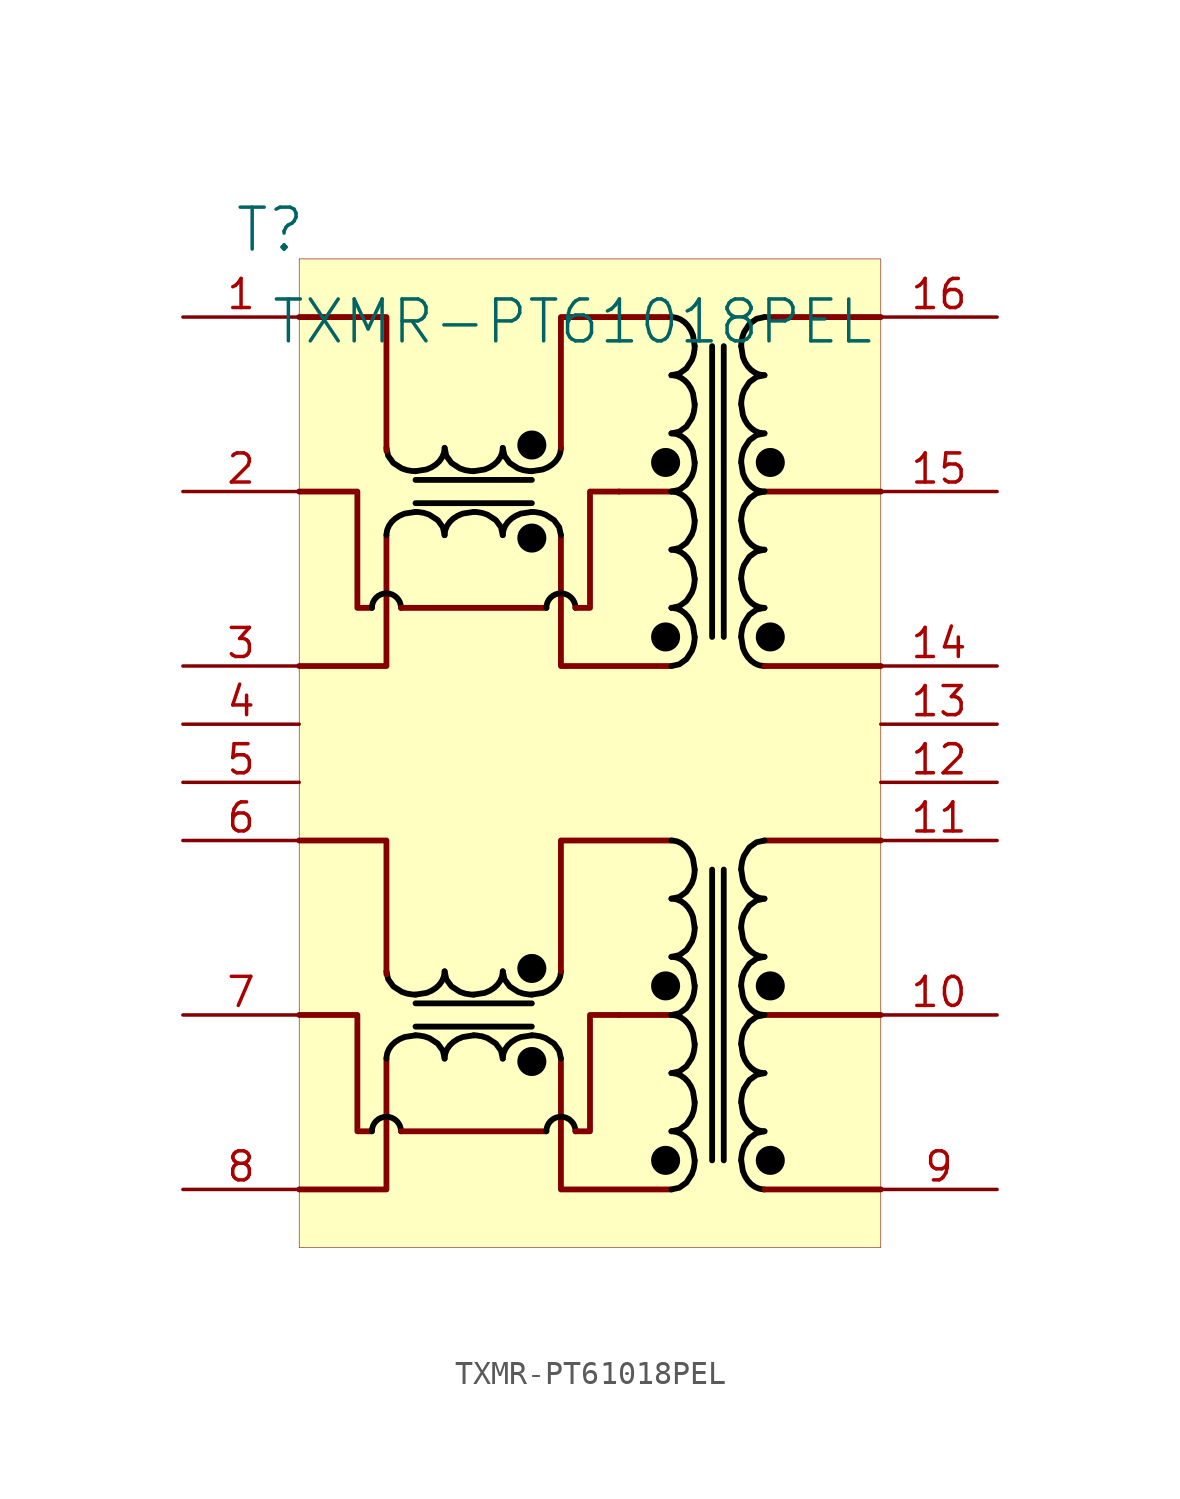
<source format=kicad_sym>
(kicad_symbol_lib
  (version 20231120)
  (generator "kicad_symbol_editor")
  (generator_version "8.0")
  (symbol "TXMR-PT61018PEL"
    (property "Reference" "T"
      (at -1.27 1.27 0)
      (effects (font (size 1.829 1.829))))
    (property "Value" "TXMR-PT61018PEL"
      (at -1.27 -3.81 0)
      (effects (font (size 1.829 1.829)) (justify left bottom)))
    (symbol "TXMR-PT61018PEL_1_0"
      (polyline (pts (xy 10.16 -33.528) (xy 5.08 -33.528)) (stroke (width 0.254) (type solid) (color 0 0 0 1)) (fill (type none)))
      (polyline (pts (xy 10.16 -32.512) (xy 5.08 -32.512)) (stroke (width 0.254) (type solid) (color 0 0 0 1)) (fill (type none)))
      (polyline (pts (xy 10.16 -10.668) (xy 5.08 -10.668)) (stroke (width 0.254) (type solid) (color 0 0 0 1)) (fill (type none)))
      (polyline (pts (xy 10.16 -9.652) (xy 5.08 -9.652)) (stroke (width 0.254) (type solid) (color 0 0 0 1)) (fill (type none)))
      (polyline (pts (xy 10.795 -38.1) (xy 4.445 -38.1)) (stroke (width 0.254) (type solid)) (fill (type none)))
      (polyline (pts (xy 10.795 -15.24) (xy 4.445 -15.24)) (stroke (width 0.254) (type solid)) (fill (type none)))
      (polyline (pts (xy 16.256 -33.02) (xy 13.97 -33.02)) (stroke (width 0.254) (type solid)) (fill (type none)))
      (polyline (pts (xy 16.256 -10.16) (xy 13.97 -10.16)) (stroke (width 0.254) (type solid)) (fill (type none)))
      (polyline (pts (xy 18.034 -26.67) (xy 18.034 -39.37)) (stroke (width 0.254) (type solid) (color 0 0 0 1)) (fill (type none)))
      (polyline (pts (xy 18.034 -3.81) (xy 18.034 -16.51)) (stroke (width 0.254) (type solid) (color 0 0 0 1)) (fill (type none)))
      (polyline (pts (xy 18.542 -26.67) (xy 18.542 -39.37)) (stroke (width 0.254) (type solid) (color 0 0 0 1)) (fill (type none)))
      (polyline (pts (xy 18.542 -3.81) (xy 18.542 -16.51)) (stroke (width 0.254) (type solid) (color 0 0 0 1)) (fill (type none)))
      (polyline (pts (xy 20.32 -40.64) (xy 25.4 -40.64)) (stroke (width 0.254) (type solid)) (fill (type none)))
      (polyline (pts (xy 20.32 -33.02) (xy 25.4 -33.02)) (stroke (width 0.254) (type solid)) (fill (type none)))
      (polyline (pts (xy 20.32 -25.4) (xy 25.4 -25.4)) (stroke (width 0.254) (type solid)) (fill (type none)))
      (polyline (pts (xy 20.32 -17.78) (xy 25.4 -17.78)) (stroke (width 0.254) (type solid)) (fill (type none)))
      (polyline (pts (xy 20.32 -10.16) (xy 25.4 -10.16)) (stroke (width 0.254) (type solid)) (fill (type none)))
      (polyline (pts (xy 20.32 -2.54) (xy 25.4 -2.54)) (stroke (width 0.254) (type solid)) (fill (type none)))
      (polyline (pts (xy 0 -40.64) (xy 3.81 -40.64) (xy 3.81 -34.925)) (stroke (width 0.254) (type solid)) (fill (type none)))
      (polyline (pts (xy 0 -17.78) (xy 3.81 -17.78) (xy 3.81 -12.065)) (stroke (width 0.254) (type solid)) (fill (type none)))
      (polyline (pts (xy 3.81 -31.242) (xy 3.81 -25.4) (xy 0 -25.4)) (stroke (width 0.254) (type solid)) (fill (type none)))
      (polyline (pts (xy 3.81 -8.382) (xy 3.81 -2.54) (xy 0 -2.54)) (stroke (width 0.254) (type solid)) (fill (type none)))
      (polyline (pts (xy 11.43 -34.925) (xy 11.43 -40.64) (xy 16.256 -40.64)) (stroke (width 0.254) (type solid)) (fill (type none)))
      (polyline (pts (xy 11.43 -31.115) (xy 11.43 -25.4) (xy 16.256 -25.4)) (stroke (width 0.254) (type solid)) (fill (type none)))
      (polyline (pts (xy 11.43 -12.065) (xy 11.43 -17.78) (xy 16.256 -17.78)) (stroke (width 0.254) (type solid)) (fill (type none)))
      (polyline (pts (xy 11.43 -8.255) (xy 11.43 -2.54) (xy 16.256 -2.54)) (stroke (width 0.254) (type solid)) (fill (type none)))
      (polyline (pts (xy 3.175 -38.1) (xy 2.54 -38.1) (xy 2.54 -33.02) (xy 0 -33.02)) (stroke (width 0.254) (type solid)) (fill (type none)))
      (polyline (pts (xy 3.175 -15.24) (xy 2.54 -15.24) (xy 2.54 -10.16) (xy 0 -10.16)) (stroke (width 0.254) (type solid)) (fill (type none)))
      (polyline (pts (xy 12.065 -38.1) (xy 12.7 -38.1) (xy 12.7 -33.02) (xy 13.97 -33.02)) (stroke (width 0.254) (type solid)) (fill (type none)))
      (polyline (pts (xy 12.065 -15.24) (xy 12.7 -15.24) (xy 12.7 -10.16) (xy 13.97 -10.16)) (stroke (width 0.254) (type solid)) (fill (type none)))
      (bezier (pts (xy 3.81 -31.115) (xy 3.81 -31.676) (xy 4.378 -32.131) (xy 5.08 -32.131)) (stroke (width 0.254) (type solid) (color 0 0 0 1)) (fill (type none)))
      (bezier (pts (xy 3.81 -8.255) (xy 3.81 -8.816) (xy 4.378 -9.271) (xy 5.08 -9.271)) (stroke (width 0.254) (type solid) (color 0 0 0 1)) (fill (type none)))
      (arc (start 4.445 -38.1) (mid 3.81 -37.465) (end 3.175 -38.1) (stroke (width 0.254) (type solid) (color 0 0 0 1)) (fill (type none)))
      (arc (start 4.445 -15.24) (mid 3.81 -14.605) (end 3.175 -15.24) (stroke (width 0.254) (type solid) (color 0 0 0 1)) (fill (type none)))
      (bezier (pts (xy 5.08 -33.909) (xy 4.378 -33.909) (xy 3.81 -34.364) (xy 3.81 -34.925)) (stroke (width 0.254) (type solid) (color 0 0 0 1)) (fill (type none)))
      (bezier (pts (xy 5.08 -32.131) (xy 5.781 -32.131) (xy 6.35 -31.676) (xy 6.35 -31.115)) (stroke (width 0.254) (type solid) (color 0 0 0 1)) (fill (type none)))
      (bezier (pts (xy 5.08 -11.049) (xy 4.378 -11.049) (xy 3.81 -11.504) (xy 3.81 -12.065)) (stroke (width 0.254) (type solid) (color 0 0 0 1)) (fill (type none)))
      (bezier (pts (xy 5.08 -9.271) (xy 5.781 -9.271) (xy 6.35 -8.816) (xy 6.35 -8.255)) (stroke (width 0.254) (type solid) (color 0 0 0 1)) (fill (type none)))
      (bezier (pts (xy 6.35 -34.925) (xy 6.35 -34.364) (xy 5.781 -33.909) (xy 5.08 -33.909)) (stroke (width 0.254) (type solid) (color 0 0 0 1)) (fill (type none)))
      (bezier (pts (xy 6.35 -31.115) (xy 6.35 -31.676) (xy 6.918 -32.131) (xy 7.62 -32.131)) (stroke (width 0.254) (type solid) (color 0 0 0 1)) (fill (type none)))
      (bezier (pts (xy 6.35 -12.065) (xy 6.35 -11.504) (xy 5.781 -11.049) (xy 5.08 -11.049)) (stroke (width 0.254) (type solid) (color 0 0 0 1)) (fill (type none)))
      (bezier (pts (xy 6.35 -8.255) (xy 6.35 -8.816) (xy 6.918 -9.271) (xy 7.62 -9.271)) (stroke (width 0.254) (type solid) (color 0 0 0 1)) (fill (type none)))
      (bezier (pts (xy 7.62 -33.909) (xy 6.918 -33.909) (xy 6.35 -34.364) (xy 6.35 -34.925)) (stroke (width 0.254) (type solid) (color 0 0 0 1)) (fill (type none)))
      (bezier (pts (xy 7.62 -32.131) (xy 8.321 -32.131) (xy 8.89 -31.676) (xy 8.89 -31.115)) (stroke (width 0.254) (type solid) (color 0 0 0 1)) (fill (type none)))
      (bezier (pts (xy 7.62 -11.049) (xy 6.918 -11.049) (xy 6.35 -11.504) (xy 6.35 -12.065)) (stroke (width 0.254) (type solid) (color 0 0 0 1)) (fill (type none)))
      (bezier (pts (xy 7.62 -9.271) (xy 8.321 -9.271) (xy 8.89 -8.816) (xy 8.89 -8.255)) (stroke (width 0.254) (type solid) (color 0 0 0 1)) (fill (type none)))
      (bezier (pts (xy 8.89 -34.925) (xy 8.89 -34.364) (xy 8.321 -33.909) (xy 7.62 -33.909)) (stroke (width 0.254) (type solid) (color 0 0 0 1)) (fill (type none)))
      (bezier (pts (xy 8.89 -31.115) (xy 8.89 -31.676) (xy 9.459 -32.131) (xy 10.16 -32.131)) (stroke (width 0.254) (type solid) (color 0 0 0 1)) (fill (type none)))
      (bezier (pts (xy 8.89 -12.065) (xy 8.89 -11.504) (xy 8.321 -11.049) (xy 7.62 -11.049)) (stroke (width 0.254) (type solid) (color 0 0 0 1)) (fill (type none)))
      (bezier (pts (xy 8.89 -8.255) (xy 8.89 -8.816) (xy 9.459 -9.271) (xy 10.16 -9.271)) (stroke (width 0.254) (type solid) (color 0 0 0 1)) (fill (type none)))
      (circle (center 10.16 -35.052) (radius 0.508) (stroke (width 0.254) (type solid) (color 0 0 0 1)) (fill (type outline)))
      (bezier (pts (xy 10.16 -33.909) (xy 9.459 -33.909) (xy 8.89 -34.364) (xy 8.89 -34.925)) (stroke (width 0.254) (type solid) (color 0 0 0 1)) (fill (type none)))
      (bezier (pts (xy 10.16 -32.131) (xy 10.861 -32.131) (xy 11.43 -31.676) (xy 11.43 -31.115)) (stroke (width 0.254) (type solid) (color 0 0 0 1)) (fill (type none)))
      (circle (center 10.16 -30.988) (radius 0.508) (stroke (width 0.254) (type solid) (color 0 0 0 1)) (fill (type outline)))
      (circle (center 10.16 -12.192) (radius 0.508) (stroke (width 0.254) (type solid) (color 0 0 0 1)) (fill (type outline)))
      (bezier (pts (xy 10.16 -11.049) (xy 9.459 -11.049) (xy 8.89 -11.504) (xy 8.89 -12.065)) (stroke (width 0.254) (type solid) (color 0 0 0 1)) (fill (type none)))
      (bezier (pts (xy 10.16 -9.271) (xy 10.861 -9.271) (xy 11.43 -8.816) (xy 11.43 -8.255)) (stroke (width 0.254) (type solid) (color 0 0 0 1)) (fill (type none)))
      (circle (center 10.16 -8.128) (radius 0.508) (stroke (width 0.254) (type solid) (color 0 0 0 1)) (fill (type outline)))
      (bezier (pts (xy 11.43 -34.925) (xy 11.43 -34.364) (xy 10.861 -33.909) (xy 10.16 -33.909)) (stroke (width 0.254) (type solid) (color 0 0 0 1)) (fill (type none)))
      (bezier (pts (xy 11.43 -12.065) (xy 11.43 -11.504) (xy 10.861 -11.049) (xy 10.16 -11.049)) (stroke (width 0.254) (type solid) (color 0 0 0 1)) (fill (type none)))
      (arc (start 12.065 -38.1) (mid 11.43 -37.465) (end 10.795 -38.1) (stroke (width 0.254) (type solid) (color 0 0 0 1)) (fill (type none)))
      (arc (start 12.065 -15.24) (mid 11.43 -14.605) (end 10.795 -15.24) (stroke (width 0.254) (type solid) (color 0 0 0 1)) (fill (type none)))
      (circle (center 16.002 -39.37) (radius 0.508) (stroke (width 0.254) (type solid) (color 0 0 0 1)) (fill (type outline)))
      (circle (center 16.002 -31.75) (radius 0.508) (stroke (width 0.254) (type solid) (color 0 0 0 1)) (fill (type outline)))
      (circle (center 16.002 -16.51) (radius 0.508) (stroke (width 0.254) (type solid) (color 0 0 0 1)) (fill (type outline)))
      (circle (center 16.002 -8.89) (radius 0.508) (stroke (width 0.254) (type solid) (color 0 0 0 1)) (fill (type outline)))
      (bezier (pts (xy 16.256 -40.64) (xy 16.817 -40.64) (xy 17.272 -40.071) (xy 17.272 -39.37)) (stroke (width 0.254) (type solid) (color 0 0 0 1)) (fill (type none)))
      (bezier (pts (xy 16.256 -38.1) (xy 16.817 -38.1) (xy 17.272 -37.531) (xy 17.272 -36.83)) (stroke (width 0.254) (type solid) (color 0 0 0 1)) (fill (type none)))
      (bezier (pts (xy 16.256 -35.56) (xy 16.817 -35.56) (xy 17.272 -34.991) (xy 17.272 -34.29)) (stroke (width 0.254) (type solid) (color 0 0 0 1)) (fill (type none)))
      (bezier (pts (xy 16.256 -33.02) (xy 16.817 -33.02) (xy 17.272 -32.451) (xy 17.272 -31.75)) (stroke (width 0.254) (type solid) (color 0 0 0 1)) (fill (type none)))
      (bezier (pts (xy 16.256 -30.48) (xy 16.817 -30.48) (xy 17.272 -29.911) (xy 17.272 -29.21)) (stroke (width 0.254) (type solid) (color 0 0 0 1)) (fill (type none)))
      (bezier (pts (xy 16.256 -27.94) (xy 16.817 -27.94) (xy 17.272 -27.371) (xy 17.272 -26.67)) (stroke (width 0.254) (type solid) (color 0 0 0 1)) (fill (type none)))
      (bezier (pts (xy 16.256 -17.78) (xy 16.817 -17.78) (xy 17.272 -17.211) (xy 17.272 -16.51)) (stroke (width 0.254) (type solid) (color 0 0 0 1)) (fill (type none)))
      (bezier (pts (xy 16.256 -15.24) (xy 16.817 -15.24) (xy 17.272 -14.671) (xy 17.272 -13.97)) (stroke (width 0.254) (type solid) (color 0 0 0 1)) (fill (type none)))
      (bezier (pts (xy 16.256 -12.7) (xy 16.817 -12.7) (xy 17.272 -12.131) (xy 17.272 -11.43)) (stroke (width 0.254) (type solid) (color 0 0 0 1)) (fill (type none)))
      (bezier (pts (xy 16.256 -10.16) (xy 16.817 -10.16) (xy 17.272 -9.591) (xy 17.272 -8.89)) (stroke (width 0.254) (type solid) (color 0 0 0 1)) (fill (type none)))
      (bezier (pts (xy 16.256 -7.62) (xy 16.817 -7.62) (xy 17.272 -7.051) (xy 17.272 -6.35)) (stroke (width 0.254) (type solid) (color 0 0 0 1)) (fill (type none)))
      (bezier (pts (xy 16.256 -5.08) (xy 16.817 -5.08) (xy 17.272 -4.511) (xy 17.272 -3.81)) (stroke (width 0.254) (type solid) (color 0 0 0 1)) (fill (type none)))
      (bezier (pts (xy 17.272 -39.37) (xy 17.272 -38.669) (xy 16.817 -38.1) (xy 16.256 -38.1)) (stroke (width 0.254) (type solid) (color 0 0 0 1)) (fill (type none)))
      (bezier (pts (xy 17.272 -36.83) (xy 17.272 -36.129) (xy 16.817 -35.56) (xy 16.256 -35.56)) (stroke (width 0.254) (type solid) (color 0 0 0 1)) (fill (type none)))
      (bezier (pts (xy 17.272 -34.29) (xy 17.272 -33.589) (xy 16.817 -33.02) (xy 16.256 -33.02)) (stroke (width 0.254) (type solid) (color 0 0 0 1)) (fill (type none)))
      (bezier (pts (xy 17.272 -31.75) (xy 17.272 -31.049) (xy 16.817 -30.48) (xy 16.256 -30.48)) (stroke (width 0.254) (type solid) (color 0 0 0 1)) (fill (type none)))
      (bezier (pts (xy 17.272 -29.21) (xy 17.272 -28.509) (xy 16.817 -27.94) (xy 16.256 -27.94)) (stroke (width 0.254) (type solid) (color 0 0 0 1)) (fill (type none)))
      (bezier (pts (xy 17.272 -26.67) (xy 17.272 -25.968) (xy 16.817 -25.4) (xy 16.256 -25.4)) (stroke (width 0.254) (type solid) (color 0 0 0 1)) (fill (type none)))
      (bezier (pts (xy 17.272 -16.51) (xy 17.272 -15.809) (xy 16.817 -15.24) (xy 16.256 -15.24)) (stroke (width 0.254) (type solid) (color 0 0 0 1)) (fill (type none)))
      (bezier (pts (xy 17.272 -13.97) (xy 17.272 -13.268) (xy 16.817 -12.7) (xy 16.256 -12.7)) (stroke (width 0.254) (type solid) (color 0 0 0 1)) (fill (type none)))
      (bezier (pts (xy 17.272 -11.43) (xy 17.272 -10.729) (xy 16.817 -10.16) (xy 16.256 -10.16)) (stroke (width 0.254) (type solid) (color 0 0 0 1)) (fill (type none)))
      (bezier (pts (xy 17.272 -8.89) (xy 17.272 -8.188) (xy 16.817 -7.62) (xy 16.256 -7.62)) (stroke (width 0.254) (type solid) (color 0 0 0 1)) (fill (type none)))
      (bezier (pts (xy 17.272 -6.35) (xy 17.272 -5.649) (xy 16.817 -5.08) (xy 16.256 -5.08)) (stroke (width 0.254) (type solid) (color 0 0 0 1)) (fill (type none)))
      (bezier (pts (xy 17.272 -3.81) (xy 17.272 -3.108) (xy 16.817 -2.54) (xy 16.256 -2.54)) (stroke (width 0.254) (type solid) (color 0 0 0 1)) (fill (type none)))
      (bezier (pts (xy 19.304 -39.37) (xy 19.304 -40.071) (xy 19.759 -40.64) (xy 20.32 -40.64)) (stroke (width 0.254) (type solid) (color 0 0 0 1)) (fill (type none)))
      (bezier (pts (xy 19.304 -36.83) (xy 19.304 -37.531) (xy 19.759 -38.1) (xy 20.32 -38.1)) (stroke (width 0.254) (type solid) (color 0 0 0 1)) (fill (type none)))
      (bezier (pts (xy 19.304 -34.29) (xy 19.304 -34.991) (xy 19.759 -35.56) (xy 20.32 -35.56)) (stroke (width 0.254) (type solid) (color 0 0 0 1)) (fill (type none)))
      (bezier (pts (xy 19.304 -31.75) (xy 19.304 -32.451) (xy 19.759 -33.02) (xy 20.32 -33.02)) (stroke (width 0.254) (type solid) (color 0 0 0 1)) (fill (type none)))
      (bezier (pts (xy 19.304 -29.21) (xy 19.304 -29.911) (xy 19.759 -30.48) (xy 20.32 -30.48)) (stroke (width 0.254) (type solid) (color 0 0 0 1)) (fill (type none)))
      (bezier (pts (xy 19.304 -26.67) (xy 19.304 -27.371) (xy 19.759 -27.94) (xy 20.32 -27.94)) (stroke (width 0.254) (type solid) (color 0 0 0 1)) (fill (type none)))
      (bezier (pts (xy 19.304 -16.51) (xy 19.304 -17.211) (xy 19.759 -17.78) (xy 20.32 -17.78)) (stroke (width 0.254) (type solid) (color 0 0 0 1)) (fill (type none)))
      (bezier (pts (xy 19.304 -13.97) (xy 19.304 -14.671) (xy 19.759 -15.24) (xy 20.32 -15.24)) (stroke (width 0.254) (type solid) (color 0 0 0 1)) (fill (type none)))
      (bezier (pts (xy 19.304 -11.43) (xy 19.304 -12.131) (xy 19.759 -12.7) (xy 20.32 -12.7)) (stroke (width 0.254) (type solid) (color 0 0 0 1)) (fill (type none)))
      (bezier (pts (xy 19.304 -8.89) (xy 19.304 -9.591) (xy 19.759 -10.16) (xy 20.32 -10.16)) (stroke (width 0.254) (type solid) (color 0 0 0 1)) (fill (type none)))
      (bezier (pts (xy 19.304 -6.35) (xy 19.304 -7.051) (xy 19.759 -7.62) (xy 20.32 -7.62)) (stroke (width 0.254) (type solid) (color 0 0 0 1)) (fill (type none)))
      (bezier (pts (xy 19.304 -3.81) (xy 19.304 -4.511) (xy 19.759 -5.08) (xy 20.32 -5.08)) (stroke (width 0.254) (type solid) (color 0 0 0 1)) (fill (type none)))
      (bezier (pts (xy 20.32 -38.1) (xy 19.759 -38.1) (xy 19.304 -38.669) (xy 19.304 -39.37)) (stroke (width 0.254) (type solid) (color 0 0 0 1)) (fill (type none)))
      (bezier (pts (xy 20.32 -35.56) (xy 19.759 -35.56) (xy 19.304 -36.129) (xy 19.304 -36.83)) (stroke (width 0.254) (type solid) (color 0 0 0 1)) (fill (type none)))
      (bezier (pts (xy 20.32 -33.02) (xy 19.759 -33.02) (xy 19.304 -33.589) (xy 19.304 -34.29)) (stroke (width 0.254) (type solid) (color 0 0 0 1)) (fill (type none)))
      (bezier (pts (xy 20.32 -30.48) (xy 19.759 -30.48) (xy 19.304 -31.049) (xy 19.304 -31.75)) (stroke (width 0.254) (type solid) (color 0 0 0 1)) (fill (type none)))
      (bezier (pts (xy 20.32 -27.94) (xy 19.759 -27.94) (xy 19.304 -28.509) (xy 19.304 -29.21)) (stroke (width 0.254) (type solid) (color 0 0 0 1)) (fill (type none)))
      (bezier (pts (xy 20.32 -25.4) (xy 19.759 -25.4) (xy 19.304 -25.968) (xy 19.304 -26.67)) (stroke (width 0.254) (type solid) (color 0 0 0 1)) (fill (type none)))
      (bezier (pts (xy 20.32 -15.24) (xy 19.759 -15.24) (xy 19.304 -15.809) (xy 19.304 -16.51)) (stroke (width 0.254) (type solid) (color 0 0 0 1)) (fill (type none)))
      (bezier (pts (xy 20.32 -12.7) (xy 19.759 -12.7) (xy 19.304 -13.268) (xy 19.304 -13.97)) (stroke (width 0.254) (type solid) (color 0 0 0 1)) (fill (type none)))
      (bezier (pts (xy 20.32 -10.16) (xy 19.759 -10.16) (xy 19.304 -10.729) (xy 19.304 -11.43)) (stroke (width 0.254) (type solid) (color 0 0 0 1)) (fill (type none)))
      (bezier (pts (xy 20.32 -7.62) (xy 19.759 -7.62) (xy 19.304 -8.188) (xy 19.304 -8.89)) (stroke (width 0.254) (type solid) (color 0 0 0 1)) (fill (type none)))
      (bezier (pts (xy 20.32 -5.08) (xy 19.759 -5.08) (xy 19.304 -5.649) (xy 19.304 -6.35)) (stroke (width 0.254) (type solid) (color 0 0 0 1)) (fill (type none)))
      (bezier (pts (xy 20.32 -2.54) (xy 19.759 -2.54) (xy 19.304 -3.108) (xy 19.304 -3.81)) (stroke (width 0.254) (type solid) (color 0 0 0 1)) (fill (type none)))
      (circle (center 20.574 -39.37) (radius 0.508) (stroke (width 0.254) (type solid) (color 0 0 0 1)) (fill (type outline)))
      (circle (center 20.574 -31.75) (radius 0.508) (stroke (width 0.254) (type solid) (color 0 0 0 1)) (fill (type outline)))
      (circle (center 20.574 -16.51) (radius 0.508) (stroke (width 0.254) (type solid) (color 0 0 0 1)) (fill (type outline)))
      (circle (center 20.574 -8.89) (radius 0.508) (stroke (width 0.254) (type solid) (color 0 0 0 1)) (fill (type outline)))
      (rectangle (start 25.4 0) (end 0 -43.18) (stroke (width 0.025) (type solid) (color 128 0 0 1)) (fill (type background)))
      (pin passive line (at -5.08 -2.54 0) (length 5.08) (name "TD1+" (effects (font (size 0 0)))) (number "1" (effects (font (size 1.27 1.27)))))
      (pin passive line (at 30.48 -33.02 180) (length 5.08) (name "MX2+" (effects (font (size 0 0)))) (number "10" (effects (font (size 1.27 1.27)))))
      (pin passive line (at 30.48 -25.4 180) (length 5.08) (name "MCT2" (effects (font (size 0 0)))) (number "11" (effects (font (size 1.27 1.27)))))
      (pin passive line (at 30.48 -22.86 180) (length 5.08) (name "NC" (effects (font (size 0 0)))) (number "12" (effects (font (size 1.27 1.27)))))
      (pin passive line (at 30.48 -20.32 180) (length 5.08) (name "NC" (effects (font (size 0 0)))) (number "13" (effects (font (size 1.27 1.27)))))
      (pin passive line (at 30.48 -17.78 180) (length 5.08) (name "MX1-" (effects (font (size 0 0)))) (number "14" (effects (font (size 1.27 1.27)))))
      (pin passive line (at 30.48 -10.16 180) (length 5.08) (name "MX1+" (effects (font (size 0 0)))) (number "15" (effects (font (size 1.27 1.27)))))
      (pin passive line (at 30.48 -2.54 180) (length 5.08) (name "MCT1" (effects (font (size 0 0)))) (number "16" (effects (font (size 1.27 1.27)))))
      (pin passive line (at -5.08 -10.16 0) (length 5.08) (name "CT1" (effects (font (size 0 0)))) (number "2" (effects (font (size 1.27 1.27)))))
      (pin passive line (at -5.08 -17.78 0) (length 5.08) (name "TD-" (effects (font (size 0 0)))) (number "3" (effects (font (size 1.27 1.27)))))
      (pin passive line (at -5.08 -20.32 0) (length 5.08) (name "NC" (effects (font (size 0 0)))) (number "4" (effects (font (size 1.27 1.27)))))
      (pin passive line (at -5.08 -22.86 0) (length 5.08) (name "NC" (effects (font (size 0 0)))) (number "5" (effects (font (size 1.27 1.27)))))
      (pin passive line (at -5.08 -25.4 0) (length 5.08) (name "TD2+" (effects (font (size 0 0)))) (number "6" (effects (font (size 1.27 1.27)))))
      (pin passive line (at -5.08 -33.02 0) (length 5.08) (name "CT2" (effects (font (size 0 0)))) (number "7" (effects (font (size 1.27 1.27)))))
      (pin passive line (at -5.08 -40.64 0) (length 5.08) (name "TD2-" (effects (font (size 0 0)))) (number "8" (effects (font (size 1.27 1.27)))))
      (pin passive line (at 30.48 -40.64 180) (length 5.08) (name "MX2-" (effects (font (size 0 0)))) (number "9" (effects (font (size 1.27 1.27))))))))
</source>
